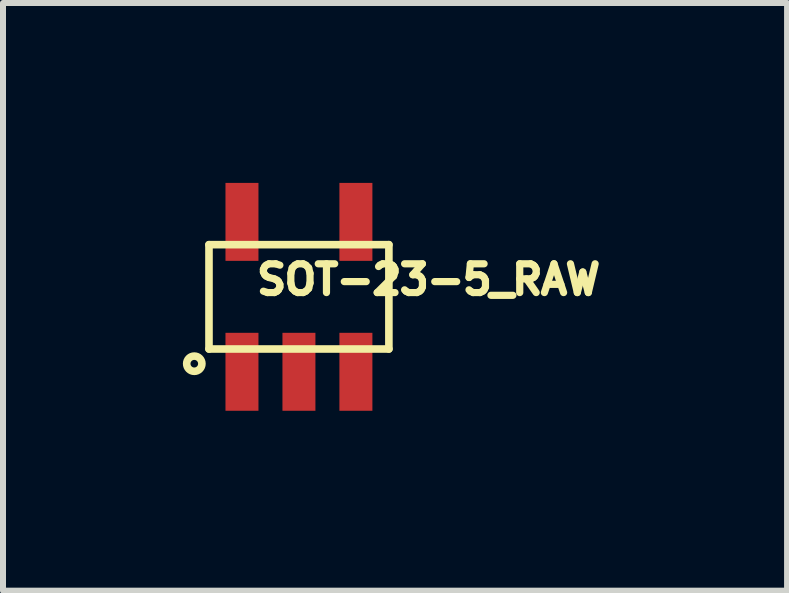
<source format=kicad_pcb>
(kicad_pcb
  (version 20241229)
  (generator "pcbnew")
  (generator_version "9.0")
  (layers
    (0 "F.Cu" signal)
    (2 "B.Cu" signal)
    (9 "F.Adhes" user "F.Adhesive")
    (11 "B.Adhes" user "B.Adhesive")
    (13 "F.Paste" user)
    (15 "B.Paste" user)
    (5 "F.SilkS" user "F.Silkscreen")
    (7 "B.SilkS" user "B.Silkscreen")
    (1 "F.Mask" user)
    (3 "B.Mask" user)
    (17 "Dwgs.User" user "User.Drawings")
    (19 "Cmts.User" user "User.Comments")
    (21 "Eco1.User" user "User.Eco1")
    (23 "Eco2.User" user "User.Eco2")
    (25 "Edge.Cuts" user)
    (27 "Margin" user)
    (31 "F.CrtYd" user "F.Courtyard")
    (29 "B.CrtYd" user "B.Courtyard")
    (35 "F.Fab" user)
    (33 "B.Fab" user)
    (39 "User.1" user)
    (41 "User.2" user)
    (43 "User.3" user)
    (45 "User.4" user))
  (footprint "SOT-23-5_RAW"
    (layer "F.Cu")
    (at 1.935 1.9)
    (property "Reference" "SOT-23-5_RAW" (at 2.162 -0.287 180) (layer "F.SilkS") (effects (font (size 0.48 0.48) (thickness 0.15))))
    (attr smd)
    (fp_line (start -1.5 -0.87) (end -1.5 0.87) (stroke (width 0.127) (type solid)) (layer "F.SilkS"))
    (fp_line (start -1.5 0.87) (end 1.5 0.87) (stroke (width 0.127) (type solid)) (layer "F.SilkS"))
    (fp_line (start 1.5 -0.87) (end -1.5 -0.87) (stroke (width 0.127) (type solid)) (layer "F.SilkS"))
    (fp_line (start 1.5 0.87) (end 1.5 -0.87) (stroke (width 0.127) (type solid)) (layer "F.SilkS"))
    (fp_circle (center -1.745 1.115) (end -1.618 1.115) (stroke (width 0.127) (type solid)) (fill no) (layer "F.SilkS"))
    (pad "1" smd rect (at -0.95 1.25) (size 0.55 1.3) (layers "F.Cu" "F.Mask" "F.Paste"))
    (pad "2" smd rect (at 0 1.25) (size 0.55 1.3) (layers "F.Cu" "F.Mask" "F.Paste"))
    (pad "3" smd rect (at 0.95 1.25) (size 0.55 1.3) (layers "F.Cu" "F.Mask" "F.Paste"))
    (pad "4" smd rect (at 0.95 -1.25) (size 0.55 1.3) (layers "F.Cu" "F.Mask" "F.Paste"))
    (pad "5" smd rect (at -0.95 -1.25) (size 0.55 1.3) (layers "F.Cu" "F.Mask" "F.Paste")))
  (gr_rect
    (start -3 -3)
    (end 10.075 6.8)
    (stroke (width 0.1) (type default))
    (fill no)
    (layer "Edge.Cuts")))
</source>
